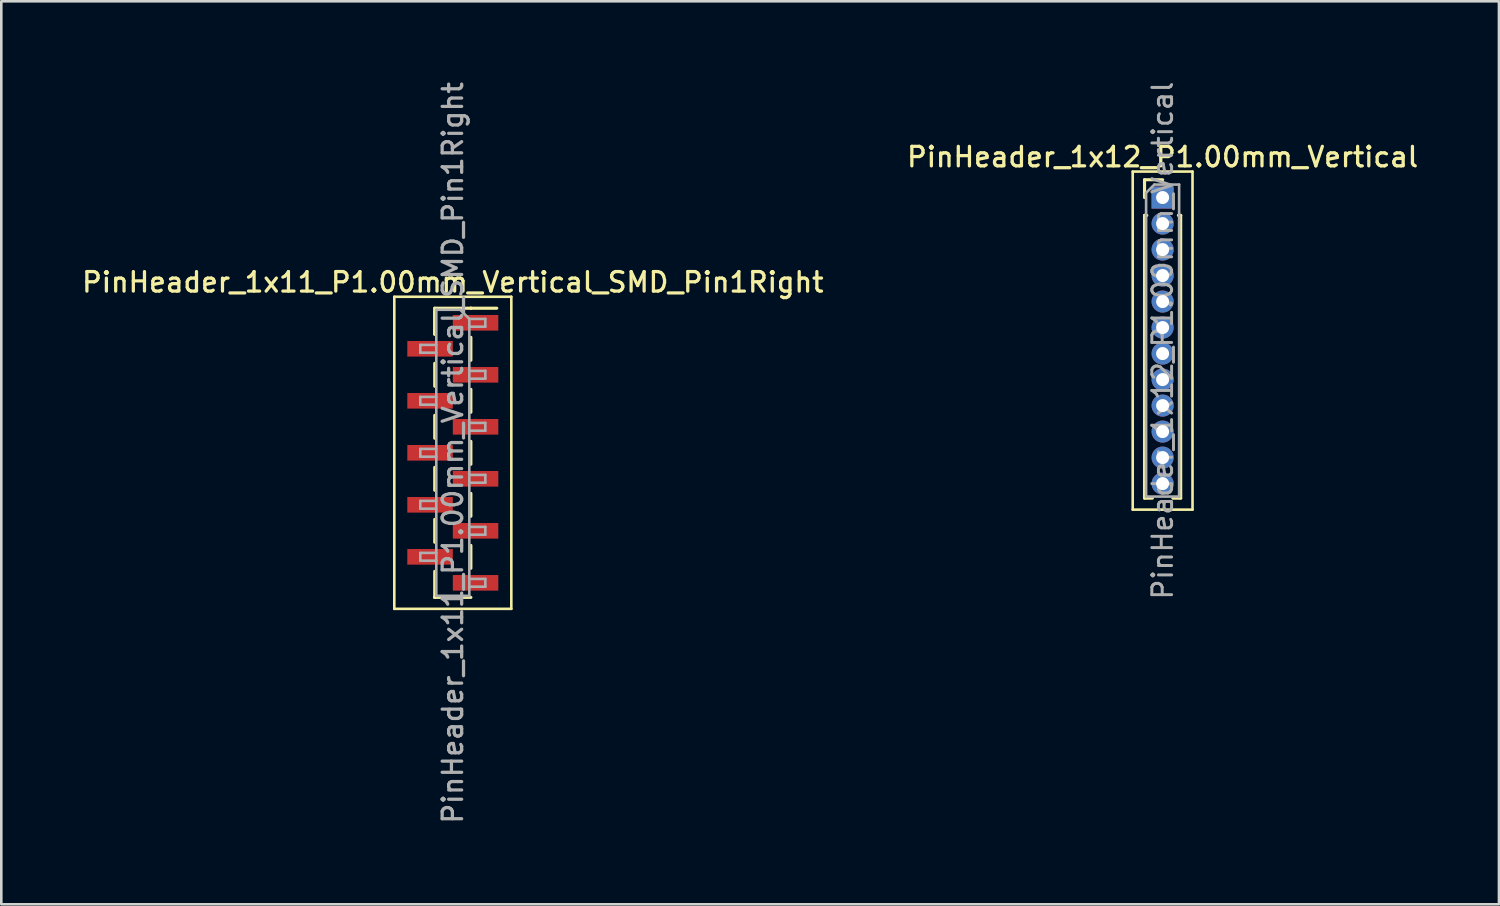
<source format=kicad_pcb>
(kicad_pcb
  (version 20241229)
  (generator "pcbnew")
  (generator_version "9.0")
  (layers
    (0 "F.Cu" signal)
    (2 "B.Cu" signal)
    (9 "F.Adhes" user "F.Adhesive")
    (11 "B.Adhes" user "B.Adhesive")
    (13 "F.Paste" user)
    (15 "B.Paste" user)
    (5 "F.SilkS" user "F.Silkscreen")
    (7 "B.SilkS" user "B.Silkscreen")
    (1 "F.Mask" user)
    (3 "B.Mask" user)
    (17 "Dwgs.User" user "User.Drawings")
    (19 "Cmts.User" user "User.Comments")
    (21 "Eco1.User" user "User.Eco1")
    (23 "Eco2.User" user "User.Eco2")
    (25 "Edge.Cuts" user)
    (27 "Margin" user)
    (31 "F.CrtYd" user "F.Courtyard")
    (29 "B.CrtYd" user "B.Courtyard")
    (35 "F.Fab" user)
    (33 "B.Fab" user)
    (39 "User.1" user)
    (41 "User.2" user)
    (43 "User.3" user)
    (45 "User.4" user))
  (footprint "PinHeader_1x11_P1.00mm_Vertical_SMD_Pin1Right"
    (layer "F.Cu")
    (at 14.363 14.363)
    (property "Reference" "PinHeader_1x11_P1.00mm_Vertical_SMD_Pin1Right" (at 0 -6.56 0) (layer "F.SilkS") (effects (font (size 0.75 0.75) (thickness 0.125))))
    (attr smd)
    (fp_line (start -2.25 -6) (end -2.25 6) (stroke (width 0.1) (type solid)) (layer "F.SilkS"))
    (fp_line (start -2.25 6) (end 2.25 6) (stroke (width 0.1) (type solid)) (layer "F.SilkS"))
    (fp_line (start -0.695 -5.56) (end -0.695 -4.56) (stroke (width 0.12) (type solid)) (layer "F.SilkS"))
    (fp_line (start -0.695 -5.56) (end 0.695 -5.56) (stroke (width 0.12) (type solid)) (layer "F.SilkS"))
    (fp_line (start -0.695 -5.44) (end -0.695 -4.56) (stroke (width 0.12) (type solid)) (layer "F.SilkS"))
    (fp_line (start -0.695 -3.44) (end -0.695 -2.56) (stroke (width 0.12) (type solid)) (layer "F.SilkS"))
    (fp_line (start -0.695 -1.44) (end -0.695 -0.56) (stroke (width 0.12) (type solid)) (layer "F.SilkS"))
    (fp_line (start -0.695 0.56) (end -0.695 1.44) (stroke (width 0.12) (type solid)) (layer "F.SilkS"))
    (fp_line (start -0.695 2.56) (end -0.695 3.44) (stroke (width 0.12) (type solid)) (layer "F.SilkS"))
    (fp_line (start -0.695 4.56) (end -0.695 5.56) (stroke (width 0.12) (type solid)) (layer "F.SilkS"))
    (fp_line (start -0.695 5.56) (end -0.695 5.56) (stroke (width 0.12) (type solid)) (layer "F.SilkS"))
    (fp_line (start -0.695 5.56) (end 0.695 5.56) (stroke (width 0.12) (type solid)) (layer "F.SilkS"))
    (fp_line (start 0.695 -5.56) (end 0.695 -5.56) (stroke (width 0.12) (type solid)) (layer "F.SilkS"))
    (fp_line (start 0.695 -5.56) (end 1.69 -5.56) (stroke (width 0.12) (type solid)) (layer "F.SilkS"))
    (fp_line (start 0.695 -4.44) (end 0.695 -3.56) (stroke (width 0.12) (type solid)) (layer "F.SilkS"))
    (fp_line (start 0.695 -2.44) (end 0.695 -1.56) (stroke (width 0.12) (type solid)) (layer "F.SilkS"))
    (fp_line (start 0.695 -0.44) (end 0.695 0.44) (stroke (width 0.12) (type solid)) (layer "F.SilkS"))
    (fp_line (start 0.695 1.56) (end 0.695 2.44) (stroke (width 0.12) (type solid)) (layer "F.SilkS"))
    (fp_line (start 0.695 3.56) (end 0.695 4.44) (stroke (width 0.12) (type solid)) (layer "F.SilkS"))
    (fp_line (start 2.25 -6) (end -2.25 -6) (stroke (width 0.1) (type solid)) (layer "F.SilkS"))
    (fp_line (start 2.25 6) (end 2.25 -6) (stroke (width 0.1) (type solid)) (layer "F.SilkS"))
    (fp_line (start -1.25 -4.15) (end -1.25 -3.85) (stroke (width 0.1) (type solid)) (layer "F.Fab"))
    (fp_line (start -1.25 -3.85) (end -0.635 -3.85) (stroke (width 0.1) (type solid)) (layer "F.Fab"))
    (fp_line (start -1.25 -2.15) (end -1.25 -1.85) (stroke (width 0.1) (type solid)) (layer "F.Fab"))
    (fp_line (start -1.25 -1.85) (end -0.635 -1.85) (stroke (width 0.1) (type solid)) (layer "F.Fab"))
    (fp_line (start -1.25 -0.15) (end -1.25 0.15) (stroke (width 0.1) (type solid)) (layer "F.Fab"))
    (fp_line (start -1.25 0.15) (end -0.635 0.15) (stroke (width 0.1) (type solid)) (layer "F.Fab"))
    (fp_line (start -1.25 1.85) (end -1.25 2.15) (stroke (width 0.1) (type solid)) (layer "F.Fab"))
    (fp_line (start -1.25 2.15) (end -0.635 2.15) (stroke (width 0.1) (type solid)) (layer "F.Fab"))
    (fp_line (start -1.25 3.85) (end -1.25 4.15) (stroke (width 0.1) (type solid)) (layer "F.Fab"))
    (fp_line (start -1.25 4.15) (end -0.635 4.15) (stroke (width 0.1) (type solid)) (layer "F.Fab"))
    (fp_line (start -0.635 -5.5) (end -0.635 5.5) (stroke (width 0.1) (type solid)) (layer "F.Fab"))
    (fp_line (start -0.635 -5.5) (end 0.285 -5.5) (stroke (width 0.1) (type solid)) (layer "F.Fab"))
    (fp_line (start -0.635 -4.15) (end -1.25 -4.15) (stroke (width 0.1) (type solid)) (layer "F.Fab"))
    (fp_line (start -0.635 -2.15) (end -1.25 -2.15) (stroke (width 0.1) (type solid)) (layer "F.Fab"))
    (fp_line (start -0.635 -0.15) (end -1.25 -0.15) (stroke (width 0.1) (type solid)) (layer "F.Fab"))
    (fp_line (start -0.635 1.85) (end -1.25 1.85) (stroke (width 0.1) (type solid)) (layer "F.Fab"))
    (fp_line (start -0.635 3.85) (end -1.25 3.85) (stroke (width 0.1) (type solid)) (layer "F.Fab"))
    (fp_line (start 0.635 -5.15) (end 0.285 -5.5) (stroke (width 0.1) (type solid)) (layer "F.Fab"))
    (fp_line (start 0.635 -5.15) (end 1.25 -5.15) (stroke (width 0.1) (type solid)) (layer "F.Fab"))
    (fp_line (start 0.635 -3.15) (end 1.25 -3.15) (stroke (width 0.1) (type solid)) (layer "F.Fab"))
    (fp_line (start 0.635 -1.15) (end 1.25 -1.15) (stroke (width 0.1) (type solid)) (layer "F.Fab"))
    (fp_line (start 0.635 0.85) (end 1.25 0.85) (stroke (width 0.1) (type solid)) (layer "F.Fab"))
    (fp_line (start 0.635 2.85) (end 1.25 2.85) (stroke (width 0.1) (type solid)) (layer "F.Fab"))
    (fp_line (start 0.635 4.85) (end 1.25 4.85) (stroke (width 0.1) (type solid)) (layer "F.Fab"))
    (fp_line (start 0.635 5.5) (end -0.635 5.5) (stroke (width 0.1) (type solid)) (layer "F.Fab"))
    (fp_line (start 0.635 5.5) (end 0.635 -5.15) (stroke (width 0.1) (type solid)) (layer "F.Fab"))
    (fp_line (start 1.25 -5.15) (end 1.25 -4.85) (stroke (width 0.1) (type solid)) (layer "F.Fab"))
    (fp_line (start 1.25 -4.85) (end 0.635 -4.85) (stroke (width 0.1) (type solid)) (layer "F.Fab"))
    (fp_line (start 1.25 -3.15) (end 1.25 -2.85) (stroke (width 0.1) (type solid)) (layer "F.Fab"))
    (fp_line (start 1.25 -2.85) (end 0.635 -2.85) (stroke (width 0.1) (type solid)) (layer "F.Fab"))
    (fp_line (start 1.25 -1.15) (end 1.25 -0.85) (stroke (width 0.1) (type solid)) (layer "F.Fab"))
    (fp_line (start 1.25 -0.85) (end 0.635 -0.85) (stroke (width 0.1) (type solid)) (layer "F.Fab"))
    (fp_line (start 1.25 0.85) (end 1.25 1.15) (stroke (width 0.1) (type solid)) (layer "F.Fab"))
    (fp_line (start 1.25 1.15) (end 0.635 1.15) (stroke (width 0.1) (type solid)) (layer "F.Fab"))
    (fp_line (start 1.25 2.85) (end 1.25 3.15) (stroke (width 0.1) (type solid)) (layer "F.Fab"))
    (fp_line (start 1.25 3.15) (end 0.635 3.15) (stroke (width 0.1) (type solid)) (layer "F.Fab"))
    (fp_line (start 1.25 4.85) (end 1.25 5.15) (stroke (width 0.1) (type solid)) (layer "F.Fab"))
    (fp_line (start 1.25 5.15) (end 0.635 5.15) (stroke (width 0.1) (type solid)) (layer "F.Fab"))
    (fp_text user "${REFERENCE}" (at 0 0 90) (layer "F.Fab") (effects (font (size 0.75 0.75) (thickness 0.125))))
    (pad "1" smd rect (at 0.875 -5) (size 1.75 0.6) (layers "F.Cu" "F.Mask" "F.Paste"))
    (pad "2" smd rect (at -0.875 -4) (size 1.75 0.6) (layers "F.Cu" "F.Mask" "F.Paste"))
    (pad "3" smd rect (at 0.875 -3) (size 1.75 0.6) (layers "F.Cu" "F.Mask" "F.Paste"))
    (pad "4" smd rect (at -0.875 -2) (size 1.75 0.6) (layers "F.Cu" "F.Mask" "F.Paste"))
    (pad "5" smd rect (at 0.875 -1) (size 1.75 0.6) (layers "F.Cu" "F.Mask" "F.Paste"))
    (pad "6" smd rect (at -0.875 0) (size 1.75 0.6) (layers "F.Cu" "F.Mask" "F.Paste"))
    (pad "7" smd rect (at 0.875 1) (size 1.75 0.6) (layers "F.Cu" "F.Mask" "F.Paste"))
    (pad "8" smd rect (at -0.875 2) (size 1.75 0.6) (layers "F.Cu" "F.Mask" "F.Paste"))
    (pad "9" smd rect (at 0.875 3) (size 1.75 0.6) (layers "F.Cu" "F.Mask" "F.Paste"))
    (pad "10" smd rect (at -0.875 4) (size 1.75 0.6) (layers "F.Cu" "F.Mask" "F.Paste"))
    (pad "11" smd rect (at 0.875 5) (size 1.75 0.6) (layers "F.Cu" "F.Mask" "F.Paste")))
  (footprint "PinHeader_1x12_P1.00mm_Vertical"
    (layer "F.Cu")
    (at 41.659 4.547)
    (property "Reference" "PinHeader_1x12_P1.00mm_Vertical" (at 0 -1.56 0) (layer "F.SilkS") (effects (font (size 0.75 0.75) (thickness 0.125))))
    (attr through_hole)
    (fp_line (start -1.15 -1) (end -1.15 12) (stroke (width 0.1) (type solid)) (layer "F.SilkS"))
    (fp_line (start -1.15 12) (end 1.15 12) (stroke (width 0.1) (type solid)) (layer "F.SilkS"))
    (fp_line (start -0.695 -0.685) (end 0 -0.685) (stroke (width 0.12) (type solid)) (layer "F.SilkS"))
    (fp_line (start -0.695 0) (end -0.695 -0.685) (stroke (width 0.12) (type solid)) (layer "F.SilkS"))
    (fp_line (start -0.695 0.685) (end -0.695 11.56) (stroke (width 0.12) (type solid)) (layer "F.SilkS"))
    (fp_line (start -0.695 0.685) (end -0.608 0.685) (stroke (width 0.12) (type solid)) (layer "F.SilkS"))
    (fp_line (start -0.695 11.56) (end -0.394 11.56) (stroke (width 0.12) (type solid)) (layer "F.SilkS"))
    (fp_line (start 0.394 11.56) (end 0.695 11.56) (stroke (width 0.12) (type solid)) (layer "F.SilkS"))
    (fp_line (start 0.608 0.685) (end 0.695 0.685) (stroke (width 0.12) (type solid)) (layer "F.SilkS"))
    (fp_line (start 0.695 0.685) (end 0.695 11.56) (stroke (width 0.12) (type solid)) (layer "F.SilkS"))
    (fp_line (start 1.15 -1) (end -1.15 -1) (stroke (width 0.1) (type solid)) (layer "F.SilkS"))
    (fp_line (start 1.15 12) (end 1.15 -1) (stroke (width 0.1) (type solid)) (layer "F.SilkS"))
    (fp_line (start -0.635 -0.182) (end -0.318 -0.5) (stroke (width 0.1) (type solid)) (layer "F.Fab"))
    (fp_line (start -0.635 11.5) (end -0.635 -0.182) (stroke (width 0.1) (type solid)) (layer "F.Fab"))
    (fp_line (start -0.318 -0.5) (end 0.635 -0.5) (stroke (width 0.1) (type solid)) (layer "F.Fab"))
    (fp_line (start 0.635 -0.5) (end 0.635 11.5) (stroke (width 0.1) (type solid)) (layer "F.Fab"))
    (fp_line (start 0.635 11.5) (end -0.635 11.5) (stroke (width 0.1) (type solid)) (layer "F.Fab"))
    (fp_text user "${REFERENCE}" (at 0 5.5 90) (layer "F.Fab") (effects (font (size 0.76 0.76) (thickness 0.114))))
    (pad "1" thru_hole rect (at 0 0) (size 0.85 0.85) (drill 0.5) (layers "*.Cu" "*.Mask"))
    (pad "2" thru_hole oval (at 0 1) (size 0.85 0.85) (drill 0.5) (layers "*.Cu" "*.Mask"))
    (pad "3" thru_hole oval (at 0 2) (size 0.85 0.85) (drill 0.5) (layers "*.Cu" "*.Mask"))
    (pad "4" thru_hole oval (at 0 3) (size 0.85 0.85) (drill 0.5) (layers "*.Cu" "*.Mask"))
    (pad "5" thru_hole oval (at 0 4) (size 0.85 0.85) (drill 0.5) (layers "*.Cu" "*.Mask"))
    (pad "6" thru_hole oval (at 0 5) (size 0.85 0.85) (drill 0.5) (layers "*.Cu" "*.Mask"))
    (pad "7" thru_hole oval (at 0 6) (size 0.85 0.85) (drill 0.5) (layers "*.Cu" "*.Mask"))
    (pad "8" thru_hole oval (at 0 7) (size 0.85 0.85) (drill 0.5) (layers "*.Cu" "*.Mask"))
    (pad "9" thru_hole oval (at 0 8) (size 0.85 0.85) (drill 0.5) (layers "*.Cu" "*.Mask"))
    (pad "10" thru_hole oval (at 0 9) (size 0.85 0.85) (drill 0.5) (layers "*.Cu" "*.Mask"))
    (pad "11" thru_hole oval (at 0 10) (size 0.85 0.85) (drill 0.5) (layers "*.Cu" "*.Mask"))
    (pad "12" thru_hole oval (at 0 11) (size 0.85 0.85) (drill 0.5) (layers "*.Cu" "*.Mask")))
  (gr_rect
    (start -3 -3)
    (end 54.593 31.725)
    (stroke (width 0.1) (type default))
    (fill no)
    (layer "Edge.Cuts")))
</source>
